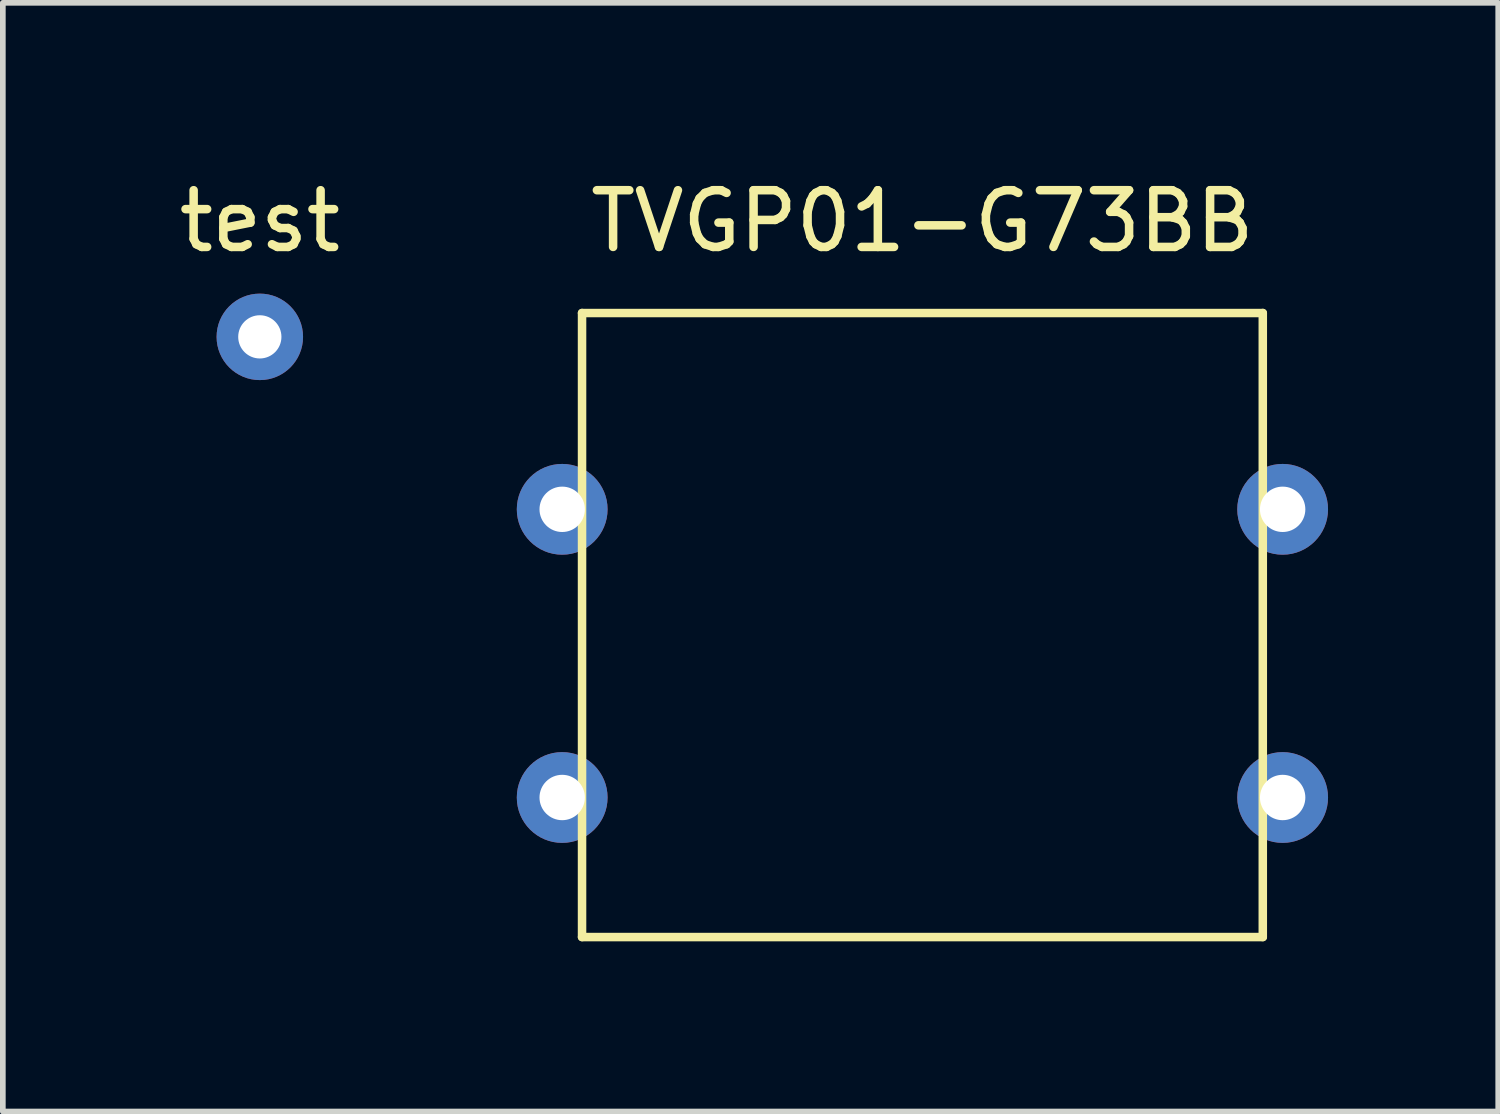
<source format=kicad_pcb>
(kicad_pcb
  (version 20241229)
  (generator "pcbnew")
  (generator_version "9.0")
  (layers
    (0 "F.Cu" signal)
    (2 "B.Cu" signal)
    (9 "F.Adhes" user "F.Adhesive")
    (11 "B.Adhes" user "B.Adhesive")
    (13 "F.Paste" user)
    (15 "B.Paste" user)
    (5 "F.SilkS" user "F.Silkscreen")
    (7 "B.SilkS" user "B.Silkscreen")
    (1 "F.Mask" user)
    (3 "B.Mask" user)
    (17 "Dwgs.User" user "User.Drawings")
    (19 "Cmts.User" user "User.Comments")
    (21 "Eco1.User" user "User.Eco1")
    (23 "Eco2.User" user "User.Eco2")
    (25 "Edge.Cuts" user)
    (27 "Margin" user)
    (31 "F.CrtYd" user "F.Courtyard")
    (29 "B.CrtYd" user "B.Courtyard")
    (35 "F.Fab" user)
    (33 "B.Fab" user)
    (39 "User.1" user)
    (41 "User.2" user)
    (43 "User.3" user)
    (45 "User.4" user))
  (footprint "TVGP01-G73BB"
    (layer "F.Cu")
    (at 13.21 8.468)
    (property "Reference" "TVGP01-G73BB" (at 0 -7.62 0) (layer "F.SilkS") (effects (font (size 1 1) (thickness 0.15))))
    (attr through_hole)
    (fp_line (start -6 -6) (end 6 -6) (stroke (width 0.15) (type solid)) (layer "F.SilkS"))
    (fp_line (start -6 5) (end -6 -6) (stroke (width 0.15) (type solid)) (layer "F.SilkS"))
    (fp_line (start 6 -6) (end 6 5) (stroke (width 0.15) (type solid)) (layer "F.SilkS"))
    (fp_line (start 6 5) (end -6 5) (stroke (width 0.15) (type solid)) (layer "F.SilkS"))
    (pad "1" thru_hole circle (at -6.35 -2.54) (size 1.6 1.6) (drill 0.8) (layers "*.Cu" "*.Mask"))
    (pad "2" thru_hole circle (at 6.35 -2.54) (size 1.6 1.6) (drill 0.8) (layers "*.Cu" "*.Mask"))
    (pad "3" thru_hole circle (at -6.35 2.54) (size 1.6 1.6) (drill 0.8) (layers "*.Cu" "*.Mask"))
    (pad "4" thru_hole circle (at 6.35 2.54) (size 1.6 1.6) (drill 0.8) (layers "*.Cu" "*.Mask")))
  (footprint "test"
    (layer "F.Cu")
    (at 1.53 0.348)
    (property "Reference" "test" (at 0 0.5 0) (layer "F.SilkS") (effects (font (size 1 1) (thickness 0.15))))
    (attr through_hole)
    (pad "1" thru_hole circle (at 0 2.54) (size 1.524 1.524) (drill 0.762) (layers "*.Cu" "*.Mask")))
  (gr_rect
    (start -3 -3)
    (end 23.36 16.543)
    (stroke (width 0.1) (type default))
    (fill no)
    (layer "Edge.Cuts")))
</source>
